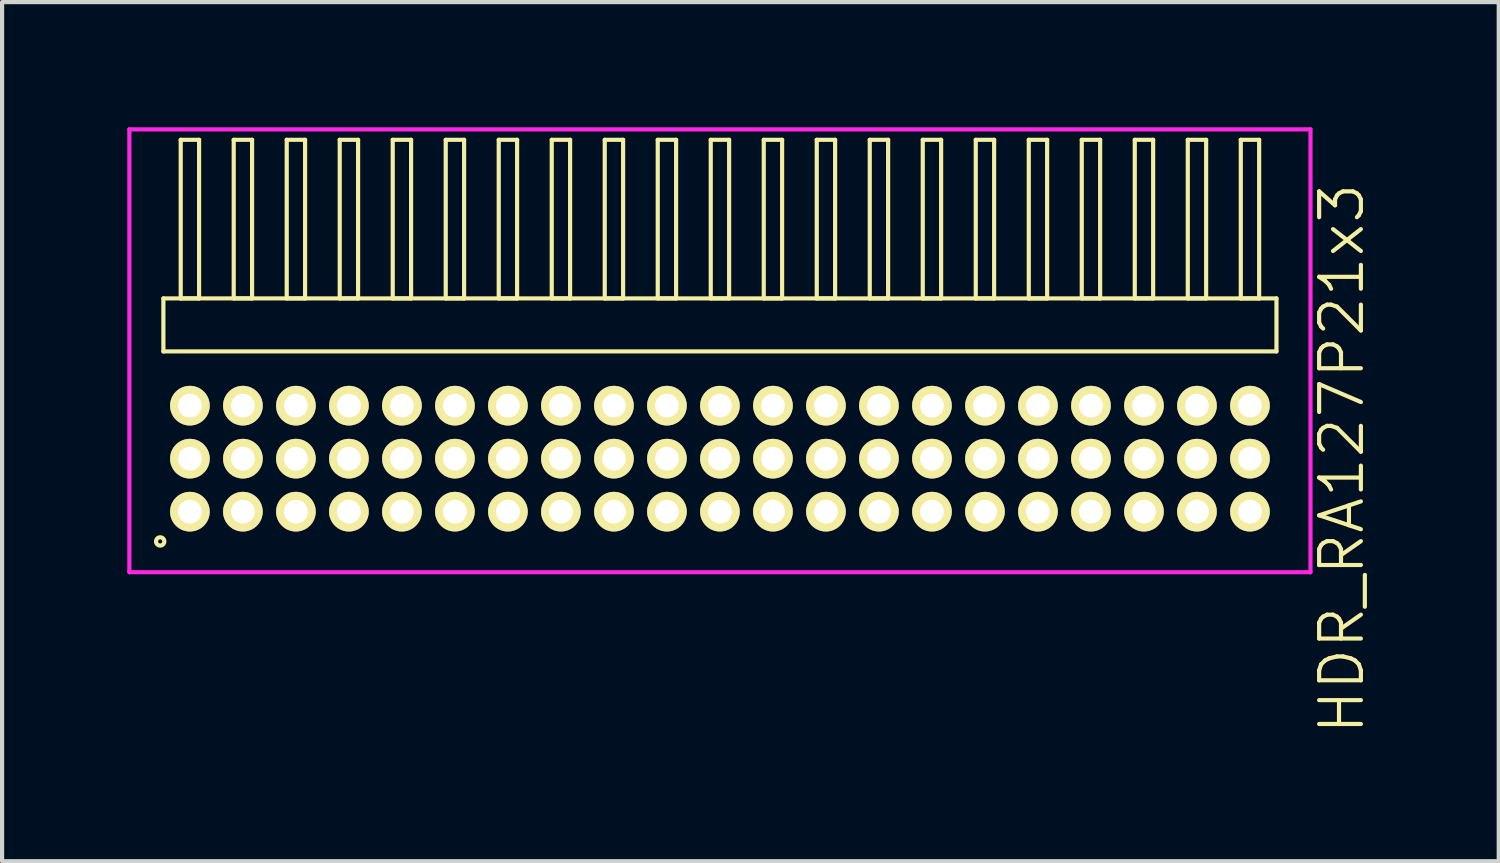
<source format=kicad_pcb>
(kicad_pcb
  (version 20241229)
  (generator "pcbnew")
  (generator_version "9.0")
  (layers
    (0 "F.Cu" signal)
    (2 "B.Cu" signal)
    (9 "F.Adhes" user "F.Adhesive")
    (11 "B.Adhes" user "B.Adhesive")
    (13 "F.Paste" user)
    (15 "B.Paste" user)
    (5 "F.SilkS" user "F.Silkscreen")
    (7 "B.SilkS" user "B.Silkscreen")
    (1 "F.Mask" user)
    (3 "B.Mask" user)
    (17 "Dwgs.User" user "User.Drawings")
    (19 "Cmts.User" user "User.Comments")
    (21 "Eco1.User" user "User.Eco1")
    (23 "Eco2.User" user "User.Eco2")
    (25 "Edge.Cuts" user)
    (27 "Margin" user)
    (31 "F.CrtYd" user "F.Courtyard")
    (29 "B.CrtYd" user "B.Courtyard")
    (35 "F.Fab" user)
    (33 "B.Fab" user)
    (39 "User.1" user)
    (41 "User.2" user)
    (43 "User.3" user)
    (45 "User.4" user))
  (footprint "HDR_RA127P21x3"
    (layer "F.Cu")
    (at 14.2 7.94)
    (property "Reference" "HDR_RA127P21x3" (at 14.9 0 90) (layer "F.SilkS") (effects (font (size 1 1) (thickness 0.1))))
    (attr through_hole)
    (fp_line (start -13.335 -3.84) (end -13.335 -2.57) (stroke (width 0.1) (type solid)) (layer "F.SilkS"))
    (fp_line (start -13.335 -2.57) (end 13.335 -2.57) (stroke (width 0.1) (type solid)) (layer "F.SilkS"))
    (fp_line (start -12.92 -7.64) (end -12.92 -3.84) (stroke (width 0.1) (type solid)) (layer "F.SilkS"))
    (fp_line (start -12.92 -3.84) (end -12.48 -3.84) (stroke (width 0.1) (type solid)) (layer "F.SilkS"))
    (fp_line (start -12.48 -7.64) (end -12.92 -7.64) (stroke (width 0.1) (type solid)) (layer "F.SilkS"))
    (fp_line (start -12.48 -3.84) (end -12.48 -7.64) (stroke (width 0.1) (type solid)) (layer "F.SilkS"))
    (fp_line (start -11.65 -7.64) (end -11.65 -3.84) (stroke (width 0.1) (type solid)) (layer "F.SilkS"))
    (fp_line (start -11.65 -3.84) (end -11.21 -3.84) (stroke (width 0.1) (type solid)) (layer "F.SilkS"))
    (fp_line (start -11.21 -7.64) (end -11.65 -7.64) (stroke (width 0.1) (type solid)) (layer "F.SilkS"))
    (fp_line (start -11.21 -3.84) (end -11.21 -7.64) (stroke (width 0.1) (type solid)) (layer "F.SilkS"))
    (fp_line (start -10.38 -7.64) (end -10.38 -3.84) (stroke (width 0.1) (type solid)) (layer "F.SilkS"))
    (fp_line (start -10.38 -3.84) (end -9.94 -3.84) (stroke (width 0.1) (type solid)) (layer "F.SilkS"))
    (fp_line (start -9.94 -7.64) (end -10.38 -7.64) (stroke (width 0.1) (type solid)) (layer "F.SilkS"))
    (fp_line (start -9.94 -3.84) (end -9.94 -7.64) (stroke (width 0.1) (type solid)) (layer "F.SilkS"))
    (fp_line (start -9.11 -7.64) (end -9.11 -3.84) (stroke (width 0.1) (type solid)) (layer "F.SilkS"))
    (fp_line (start -9.11 -3.84) (end -8.67 -3.84) (stroke (width 0.1) (type solid)) (layer "F.SilkS"))
    (fp_line (start -8.67 -7.64) (end -9.11 -7.64) (stroke (width 0.1) (type solid)) (layer "F.SilkS"))
    (fp_line (start -8.67 -3.84) (end -8.67 -7.64) (stroke (width 0.1) (type solid)) (layer "F.SilkS"))
    (fp_line (start -7.84 -7.64) (end -7.84 -3.84) (stroke (width 0.1) (type solid)) (layer "F.SilkS"))
    (fp_line (start -7.84 -3.84) (end -7.4 -3.84) (stroke (width 0.1) (type solid)) (layer "F.SilkS"))
    (fp_line (start -7.4 -7.64) (end -7.84 -7.64) (stroke (width 0.1) (type solid)) (layer "F.SilkS"))
    (fp_line (start -7.4 -3.84) (end -7.4 -7.64) (stroke (width 0.1) (type solid)) (layer "F.SilkS"))
    (fp_line (start -6.57 -7.64) (end -6.57 -3.84) (stroke (width 0.1) (type solid)) (layer "F.SilkS"))
    (fp_line (start -6.57 -3.84) (end -6.13 -3.84) (stroke (width 0.1) (type solid)) (layer "F.SilkS"))
    (fp_line (start -6.13 -7.64) (end -6.57 -7.64) (stroke (width 0.1) (type solid)) (layer "F.SilkS"))
    (fp_line (start -6.13 -3.84) (end -6.13 -7.64) (stroke (width 0.1) (type solid)) (layer "F.SilkS"))
    (fp_line (start -5.3 -7.64) (end -5.3 -3.84) (stroke (width 0.1) (type solid)) (layer "F.SilkS"))
    (fp_line (start -5.3 -3.84) (end -4.86 -3.84) (stroke (width 0.1) (type solid)) (layer "F.SilkS"))
    (fp_line (start -4.86 -7.64) (end -5.3 -7.64) (stroke (width 0.1) (type solid)) (layer "F.SilkS"))
    (fp_line (start -4.86 -3.84) (end -4.86 -7.64) (stroke (width 0.1) (type solid)) (layer "F.SilkS"))
    (fp_line (start -4.03 -7.64) (end -4.03 -3.84) (stroke (width 0.1) (type solid)) (layer "F.SilkS"))
    (fp_line (start -4.03 -3.84) (end -3.59 -3.84) (stroke (width 0.1) (type solid)) (layer "F.SilkS"))
    (fp_line (start -3.59 -7.64) (end -4.03 -7.64) (stroke (width 0.1) (type solid)) (layer "F.SilkS"))
    (fp_line (start -3.59 -3.84) (end -3.59 -7.64) (stroke (width 0.1) (type solid)) (layer "F.SilkS"))
    (fp_line (start -2.76 -7.64) (end -2.76 -3.84) (stroke (width 0.1) (type solid)) (layer "F.SilkS"))
    (fp_line (start -2.76 -3.84) (end -2.32 -3.84) (stroke (width 0.1) (type solid)) (layer "F.SilkS"))
    (fp_line (start -2.32 -7.64) (end -2.76 -7.64) (stroke (width 0.1) (type solid)) (layer "F.SilkS"))
    (fp_line (start -2.32 -3.84) (end -2.32 -7.64) (stroke (width 0.1) (type solid)) (layer "F.SilkS"))
    (fp_line (start -1.49 -7.64) (end -1.49 -3.84) (stroke (width 0.1) (type solid)) (layer "F.SilkS"))
    (fp_line (start -1.49 -3.84) (end -1.05 -3.84) (stroke (width 0.1) (type solid)) (layer "F.SilkS"))
    (fp_line (start -1.05 -7.64) (end -1.49 -7.64) (stroke (width 0.1) (type solid)) (layer "F.SilkS"))
    (fp_line (start -1.05 -3.84) (end -1.05 -7.64) (stroke (width 0.1) (type solid)) (layer "F.SilkS"))
    (fp_line (start -0.22 -7.64) (end -0.22 -3.84) (stroke (width 0.1) (type solid)) (layer "F.SilkS"))
    (fp_line (start -0.22 -3.84) (end 0.22 -3.84) (stroke (width 0.1) (type solid)) (layer "F.SilkS"))
    (fp_line (start 0.22 -7.64) (end -0.22 -7.64) (stroke (width 0.1) (type solid)) (layer "F.SilkS"))
    (fp_line (start 0.22 -3.84) (end 0.22 -7.64) (stroke (width 0.1) (type solid)) (layer "F.SilkS"))
    (fp_line (start 1.05 -7.64) (end 1.05 -3.84) (stroke (width 0.1) (type solid)) (layer "F.SilkS"))
    (fp_line (start 1.05 -3.84) (end 1.49 -3.84) (stroke (width 0.1) (type solid)) (layer "F.SilkS"))
    (fp_line (start 1.49 -7.64) (end 1.05 -7.64) (stroke (width 0.1) (type solid)) (layer "F.SilkS"))
    (fp_line (start 1.49 -3.84) (end 1.49 -7.64) (stroke (width 0.1) (type solid)) (layer "F.SilkS"))
    (fp_line (start 2.32 -7.64) (end 2.32 -3.84) (stroke (width 0.1) (type solid)) (layer "F.SilkS"))
    (fp_line (start 2.32 -3.84) (end 2.76 -3.84) (stroke (width 0.1) (type solid)) (layer "F.SilkS"))
    (fp_line (start 2.76 -7.64) (end 2.32 -7.64) (stroke (width 0.1) (type solid)) (layer "F.SilkS"))
    (fp_line (start 2.76 -3.84) (end 2.76 -7.64) (stroke (width 0.1) (type solid)) (layer "F.SilkS"))
    (fp_line (start 3.59 -7.64) (end 3.59 -3.84) (stroke (width 0.1) (type solid)) (layer "F.SilkS"))
    (fp_line (start 3.59 -3.84) (end 4.03 -3.84) (stroke (width 0.1) (type solid)) (layer "F.SilkS"))
    (fp_line (start 4.03 -7.64) (end 3.59 -7.64) (stroke (width 0.1) (type solid)) (layer "F.SilkS"))
    (fp_line (start 4.03 -3.84) (end 4.03 -7.64) (stroke (width 0.1) (type solid)) (layer "F.SilkS"))
    (fp_line (start 4.86 -7.64) (end 4.86 -3.84) (stroke (width 0.1) (type solid)) (layer "F.SilkS"))
    (fp_line (start 4.86 -3.84) (end 5.3 -3.84) (stroke (width 0.1) (type solid)) (layer "F.SilkS"))
    (fp_line (start 5.3 -7.64) (end 4.86 -7.64) (stroke (width 0.1) (type solid)) (layer "F.SilkS"))
    (fp_line (start 5.3 -3.84) (end 5.3 -7.64) (stroke (width 0.1) (type solid)) (layer "F.SilkS"))
    (fp_line (start 6.13 -7.64) (end 6.13 -3.84) (stroke (width 0.1) (type solid)) (layer "F.SilkS"))
    (fp_line (start 6.13 -3.84) (end 6.57 -3.84) (stroke (width 0.1) (type solid)) (layer "F.SilkS"))
    (fp_line (start 6.57 -7.64) (end 6.13 -7.64) (stroke (width 0.1) (type solid)) (layer "F.SilkS"))
    (fp_line (start 6.57 -3.84) (end 6.57 -7.64) (stroke (width 0.1) (type solid)) (layer "F.SilkS"))
    (fp_line (start 7.4 -7.64) (end 7.4 -3.84) (stroke (width 0.1) (type solid)) (layer "F.SilkS"))
    (fp_line (start 7.4 -3.84) (end 7.84 -3.84) (stroke (width 0.1) (type solid)) (layer "F.SilkS"))
    (fp_line (start 7.84 -7.64) (end 7.4 -7.64) (stroke (width 0.1) (type solid)) (layer "F.SilkS"))
    (fp_line (start 7.84 -3.84) (end 7.84 -7.64) (stroke (width 0.1) (type solid)) (layer "F.SilkS"))
    (fp_line (start 8.67 -7.64) (end 8.67 -3.84) (stroke (width 0.1) (type solid)) (layer "F.SilkS"))
    (fp_line (start 8.67 -3.84) (end 9.11 -3.84) (stroke (width 0.1) (type solid)) (layer "F.SilkS"))
    (fp_line (start 9.11 -7.64) (end 8.67 -7.64) (stroke (width 0.1) (type solid)) (layer "F.SilkS"))
    (fp_line (start 9.11 -3.84) (end 9.11 -7.64) (stroke (width 0.1) (type solid)) (layer "F.SilkS"))
    (fp_line (start 9.94 -7.64) (end 9.94 -3.84) (stroke (width 0.1) (type solid)) (layer "F.SilkS"))
    (fp_line (start 9.94 -3.84) (end 10.38 -3.84) (stroke (width 0.1) (type solid)) (layer "F.SilkS"))
    (fp_line (start 10.38 -7.64) (end 9.94 -7.64) (stroke (width 0.1) (type solid)) (layer "F.SilkS"))
    (fp_line (start 10.38 -3.84) (end 10.38 -7.64) (stroke (width 0.1) (type solid)) (layer "F.SilkS"))
    (fp_line (start 11.21 -7.64) (end 11.21 -3.84) (stroke (width 0.1) (type solid)) (layer "F.SilkS"))
    (fp_line (start 11.21 -3.84) (end 11.65 -3.84) (stroke (width 0.1) (type solid)) (layer "F.SilkS"))
    (fp_line (start 11.65 -7.64) (end 11.21 -7.64) (stroke (width 0.1) (type solid)) (layer "F.SilkS"))
    (fp_line (start 11.65 -3.84) (end 11.65 -7.64) (stroke (width 0.1) (type solid)) (layer "F.SilkS"))
    (fp_line (start 12.48 -7.64) (end 12.48 -3.84) (stroke (width 0.1) (type solid)) (layer "F.SilkS"))
    (fp_line (start 12.48 -3.84) (end 12.92 -3.84) (stroke (width 0.1) (type solid)) (layer "F.SilkS"))
    (fp_line (start 12.92 -7.64) (end 12.48 -7.64) (stroke (width 0.1) (type solid)) (layer "F.SilkS"))
    (fp_line (start 12.92 -3.84) (end 12.92 -7.64) (stroke (width 0.1) (type solid)) (layer "F.SilkS"))
    (fp_line (start 13.335 -3.84) (end -13.335 -3.84) (stroke (width 0.1) (type solid)) (layer "F.SilkS"))
    (fp_line (start 13.335 -2.57) (end 13.335 -3.84) (stroke (width 0.1) (type solid)) (layer "F.SilkS"))
    (fp_circle (center -13.412 1.983) (end -13.313 1.983) (stroke (width 0.1) (type solid)) (fill no) (layer "F.SilkS"))
    (fp_line (start -14.15 -7.89) (end -14.15 2.72) (stroke (width 0.1) (type solid)) (layer "F.CrtYd"))
    (fp_line (start -14.15 2.72) (end 14.15 2.72) (stroke (width 0.1) (type solid)) (layer "F.CrtYd"))
    (fp_line (start 14.15 -7.89) (end -14.15 -7.89) (stroke (width 0.1) (type solid)) (layer "F.CrtYd"))
    (fp_line (start 14.15 2.72) (end 14.15 -7.89) (stroke (width 0.1) (type solid)) (layer "F.CrtYd"))
    (pad "1" thru_hole oval (at -12.7 1.27) (size 0.95 0.95) (drill 0.57) (layers "*.Cu" "*.Mask" "F.SilkS"))
    (pad "2" thru_hole oval (at -12.7 0) (size 0.95 0.95) (drill 0.57) (layers "*.Cu" "*.Mask" "F.SilkS"))
    (pad "3" thru_hole oval (at -12.7 -1.27) (size 0.95 0.95) (drill 0.57) (layers "*.Cu" "*.Mask" "F.SilkS"))
    (pad "4" thru_hole oval (at -11.43 1.27) (size 0.95 0.95) (drill 0.57) (layers "*.Cu" "*.Mask" "F.SilkS"))
    (pad "5" thru_hole oval (at -11.43 0) (size 0.95 0.95) (drill 0.57) (layers "*.Cu" "*.Mask" "F.SilkS"))
    (pad "6" thru_hole oval (at -11.43 -1.27) (size 0.95 0.95) (drill 0.57) (layers "*.Cu" "*.Mask" "F.SilkS"))
    (pad "7" thru_hole oval (at -10.16 1.27) (size 0.95 0.95) (drill 0.57) (layers "*.Cu" "*.Mask" "F.SilkS"))
    (pad "8" thru_hole oval (at -10.16 0) (size 0.95 0.95) (drill 0.57) (layers "*.Cu" "*.Mask" "F.SilkS"))
    (pad "9" thru_hole oval (at -10.16 -1.27) (size 0.95 0.95) (drill 0.57) (layers "*.Cu" "*.Mask" "F.SilkS"))
    (pad "10" thru_hole oval (at -8.89 1.27) (size 0.95 0.95) (drill 0.57) (layers "*.Cu" "*.Mask" "F.SilkS"))
    (pad "11" thru_hole oval (at -8.89 0) (size 0.95 0.95) (drill 0.57) (layers "*.Cu" "*.Mask" "F.SilkS"))
    (pad "12" thru_hole oval (at -8.89 -1.27) (size 0.95 0.95) (drill 0.57) (layers "*.Cu" "*.Mask" "F.SilkS"))
    (pad "13" thru_hole oval (at -7.62 1.27) (size 0.95 0.95) (drill 0.57) (layers "*.Cu" "*.Mask" "F.SilkS"))
    (pad "14" thru_hole oval (at -7.62 0) (size 0.95 0.95) (drill 0.57) (layers "*.Cu" "*.Mask" "F.SilkS"))
    (pad "15" thru_hole oval (at -7.62 -1.27) (size 0.95 0.95) (drill 0.57) (layers "*.Cu" "*.Mask" "F.SilkS"))
    (pad "16" thru_hole oval (at -6.35 1.27) (size 0.95 0.95) (drill 0.57) (layers "*.Cu" "*.Mask" "F.SilkS"))
    (pad "17" thru_hole oval (at -6.35 0) (size 0.95 0.95) (drill 0.57) (layers "*.Cu" "*.Mask" "F.SilkS"))
    (pad "18" thru_hole oval (at -6.35 -1.27) (size 0.95 0.95) (drill 0.57) (layers "*.Cu" "*.Mask" "F.SilkS"))
    (pad "19" thru_hole oval (at -5.08 1.27) (size 0.95 0.95) (drill 0.57) (layers "*.Cu" "*.Mask" "F.SilkS"))
    (pad "20" thru_hole oval (at -5.08 0) (size 0.95 0.95) (drill 0.57) (layers "*.Cu" "*.Mask" "F.SilkS"))
    (pad "21" thru_hole oval (at -5.08 -1.27) (size 0.95 0.95) (drill 0.57) (layers "*.Cu" "*.Mask" "F.SilkS"))
    (pad "22" thru_hole oval (at -3.81 1.27) (size 0.95 0.95) (drill 0.57) (layers "*.Cu" "*.Mask" "F.SilkS"))
    (pad "23" thru_hole oval (at -3.81 0) (size 0.95 0.95) (drill 0.57) (layers "*.Cu" "*.Mask" "F.SilkS"))
    (pad "24" thru_hole oval (at -3.81 -1.27) (size 0.95 0.95) (drill 0.57) (layers "*.Cu" "*.Mask" "F.SilkS"))
    (pad "25" thru_hole oval (at -2.54 1.27) (size 0.95 0.95) (drill 0.57) (layers "*.Cu" "*.Mask" "F.SilkS"))
    (pad "26" thru_hole oval (at -2.54 0) (size 0.95 0.95) (drill 0.57) (layers "*.Cu" "*.Mask" "F.SilkS"))
    (pad "27" thru_hole oval (at -2.54 -1.27) (size 0.95 0.95) (drill 0.57) (layers "*.Cu" "*.Mask" "F.SilkS"))
    (pad "28" thru_hole oval (at -1.27 1.27) (size 0.95 0.95) (drill 0.57) (layers "*.Cu" "*.Mask" "F.SilkS"))
    (pad "29" thru_hole oval (at -1.27 0) (size 0.95 0.95) (drill 0.57) (layers "*.Cu" "*.Mask" "F.SilkS"))
    (pad "30" thru_hole oval (at -1.27 -1.27) (size 0.95 0.95) (drill 0.57) (layers "*.Cu" "*.Mask" "F.SilkS"))
    (pad "31" thru_hole oval (at 0 1.27) (size 0.95 0.95) (drill 0.57) (layers "*.Cu" "*.Mask" "F.SilkS"))
    (pad "32" thru_hole oval (at 0 0) (size 0.95 0.95) (drill 0.57) (layers "*.Cu" "*.Mask" "F.SilkS"))
    (pad "33" thru_hole oval (at 0 -1.27) (size 0.95 0.95) (drill 0.57) (layers "*.Cu" "*.Mask" "F.SilkS"))
    (pad "34" thru_hole oval (at 1.27 1.27) (size 0.95 0.95) (drill 0.57) (layers "*.Cu" "*.Mask" "F.SilkS"))
    (pad "35" thru_hole oval (at 1.27 0) (size 0.95 0.95) (drill 0.57) (layers "*.Cu" "*.Mask" "F.SilkS"))
    (pad "36" thru_hole oval (at 1.27 -1.27) (size 0.95 0.95) (drill 0.57) (layers "*.Cu" "*.Mask" "F.SilkS"))
    (pad "37" thru_hole oval (at 2.54 1.27) (size 0.95 0.95) (drill 0.57) (layers "*.Cu" "*.Mask" "F.SilkS"))
    (pad "38" thru_hole oval (at 2.54 0) (size 0.95 0.95) (drill 0.57) (layers "*.Cu" "*.Mask" "F.SilkS"))
    (pad "39" thru_hole oval (at 2.54 -1.27) (size 0.95 0.95) (drill 0.57) (layers "*.Cu" "*.Mask" "F.SilkS"))
    (pad "40" thru_hole oval (at 3.81 1.27) (size 0.95 0.95) (drill 0.57) (layers "*.Cu" "*.Mask" "F.SilkS"))
    (pad "41" thru_hole oval (at 3.81 0) (size 0.95 0.95) (drill 0.57) (layers "*.Cu" "*.Mask" "F.SilkS"))
    (pad "42" thru_hole oval (at 3.81 -1.27) (size 0.95 0.95) (drill 0.57) (layers "*.Cu" "*.Mask" "F.SilkS"))
    (pad "43" thru_hole oval (at 5.08 1.27) (size 0.95 0.95) (drill 0.57) (layers "*.Cu" "*.Mask" "F.SilkS"))
    (pad "44" thru_hole oval (at 5.08 0) (size 0.95 0.95) (drill 0.57) (layers "*.Cu" "*.Mask" "F.SilkS"))
    (pad "45" thru_hole oval (at 5.08 -1.27) (size 0.95 0.95) (drill 0.57) (layers "*.Cu" "*.Mask" "F.SilkS"))
    (pad "46" thru_hole oval (at 6.35 1.27) (size 0.95 0.95) (drill 0.57) (layers "*.Cu" "*.Mask" "F.SilkS"))
    (pad "47" thru_hole oval (at 6.35 0) (size 0.95 0.95) (drill 0.57) (layers "*.Cu" "*.Mask" "F.SilkS"))
    (pad "48" thru_hole oval (at 6.35 -1.27) (size 0.95 0.95) (drill 0.57) (layers "*.Cu" "*.Mask" "F.SilkS"))
    (pad "49" thru_hole oval (at 7.62 1.27) (size 0.95 0.95) (drill 0.57) (layers "*.Cu" "*.Mask" "F.SilkS"))
    (pad "50" thru_hole oval (at 7.62 0) (size 0.95 0.95) (drill 0.57) (layers "*.Cu" "*.Mask" "F.SilkS"))
    (pad "51" thru_hole oval (at 7.62 -1.27) (size 0.95 0.95) (drill 0.57) (layers "*.Cu" "*.Mask" "F.SilkS"))
    (pad "52" thru_hole oval (at 8.89 1.27) (size 0.95 0.95) (drill 0.57) (layers "*.Cu" "*.Mask" "F.SilkS"))
    (pad "53" thru_hole oval (at 8.89 0) (size 0.95 0.95) (drill 0.57) (layers "*.Cu" "*.Mask" "F.SilkS"))
    (pad "54" thru_hole oval (at 8.89 -1.27) (size 0.95 0.95) (drill 0.57) (layers "*.Cu" "*.Mask" "F.SilkS"))
    (pad "55" thru_hole oval (at 10.16 1.27) (size 0.95 0.95) (drill 0.57) (layers "*.Cu" "*.Mask" "F.SilkS"))
    (pad "56" thru_hole oval (at 10.16 0) (size 0.95 0.95) (drill 0.57) (layers "*.Cu" "*.Mask" "F.SilkS"))
    (pad "57" thru_hole oval (at 10.16 -1.27) (size 0.95 0.95) (drill 0.57) (layers "*.Cu" "*.Mask" "F.SilkS"))
    (pad "58" thru_hole oval (at 11.43 1.27) (size 0.95 0.95) (drill 0.57) (layers "*.Cu" "*.Mask" "F.SilkS"))
    (pad "59" thru_hole oval (at 11.43 0) (size 0.95 0.95) (drill 0.57) (layers "*.Cu" "*.Mask" "F.SilkS"))
    (pad "60" thru_hole oval (at 11.43 -1.27) (size 0.95 0.95) (drill 0.57) (layers "*.Cu" "*.Mask" "F.SilkS"))
    (pad "61" thru_hole oval (at 12.7 1.27) (size 0.95 0.95) (drill 0.57) (layers "*.Cu" "*.Mask" "F.SilkS"))
    (pad "62" thru_hole oval (at 12.7 0) (size 0.95 0.95) (drill 0.57) (layers "*.Cu" "*.Mask" "F.SilkS"))
    (pad "63" thru_hole oval (at 12.7 -1.27) (size 0.95 0.95) (drill 0.57) (layers "*.Cu" "*.Mask" "F.SilkS")))
  (gr_rect
    (start -3 -3)
    (end 32.861 17.585)
    (stroke (width 0.1) (type default))
    (fill no)
    (layer "Edge.Cuts")))
</source>
